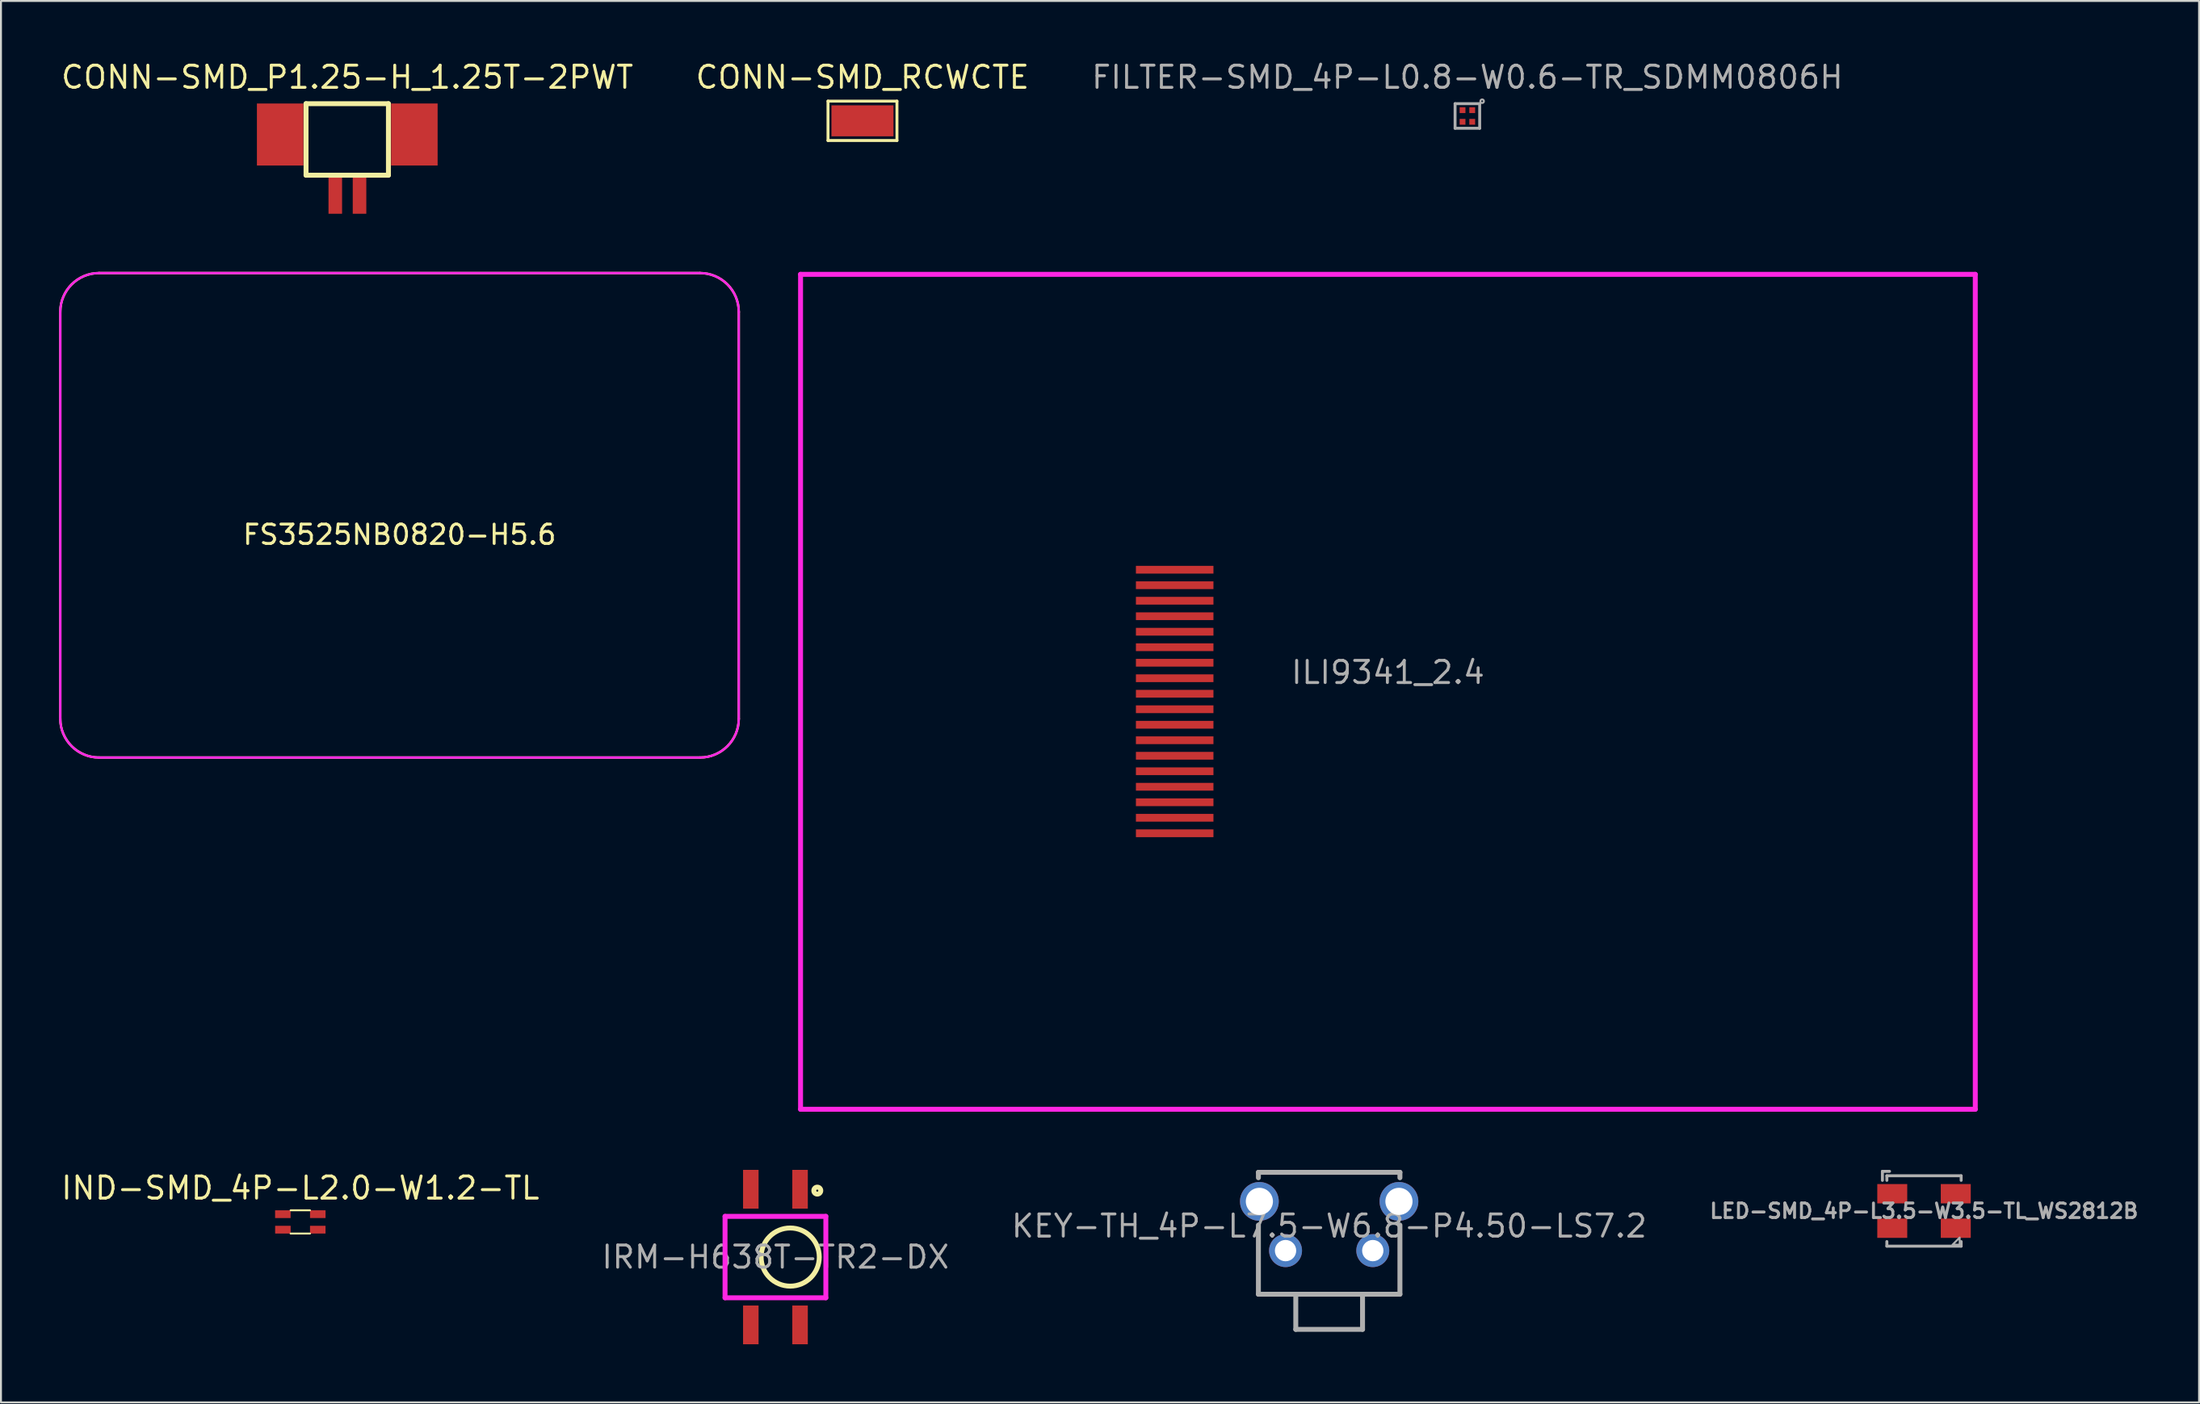
<source format=kicad_pcb>
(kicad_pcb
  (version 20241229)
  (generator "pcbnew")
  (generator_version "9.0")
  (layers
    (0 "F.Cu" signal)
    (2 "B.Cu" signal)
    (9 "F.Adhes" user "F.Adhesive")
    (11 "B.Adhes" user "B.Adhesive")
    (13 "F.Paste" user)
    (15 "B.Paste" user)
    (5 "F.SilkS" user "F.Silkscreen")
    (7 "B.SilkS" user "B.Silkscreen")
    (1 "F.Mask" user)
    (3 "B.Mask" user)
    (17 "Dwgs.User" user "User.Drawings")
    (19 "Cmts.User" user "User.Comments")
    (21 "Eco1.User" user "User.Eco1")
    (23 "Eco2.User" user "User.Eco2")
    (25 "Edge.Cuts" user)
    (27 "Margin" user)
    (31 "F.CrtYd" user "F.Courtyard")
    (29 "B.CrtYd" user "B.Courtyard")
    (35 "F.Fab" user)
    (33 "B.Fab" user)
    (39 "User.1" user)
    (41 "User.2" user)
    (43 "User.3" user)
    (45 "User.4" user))
  (footprint "IND-SMD_4P-L2.0-W1.2-TL"
    (layer "F.Cu")
    (at 12.442 60.004)
    (property "Reference" "IND-SMD_4P-L2.0-W1.2-TL" (at 0 -1.75 0) (layer "F.SilkS") (effects (font (size 1.143 1.143) (thickness 0.152))))
    (attr smd)
    (fp_line (start -0.501 -0.599) (end 0.499 -0.599) (stroke (width 0.1) (type solid)) (layer "F.SilkS"))
    (fp_line (start -0.501 0.601) (end 0.499 0.601) (stroke (width 0.1) (type solid)) (layer "F.SilkS"))
    (pad "1" smd rect (at -0.901 -0.399 90) (size 0.4 0.8) (layers "F.Cu" "F.Mask" "F.Paste"))
    (pad "2" smd rect (at -0.899 0.4 90) (size 0.4 0.8) (layers "F.Cu" "F.Mask" "F.Paste"))
    (pad "3" smd rect (at 0.9 0.4 90) (size 0.4 0.8) (layers "F.Cu" "F.Mask" "F.Paste"))
    (pad "4" smd rect (at 0.901 -0.4 90) (size 0.4 0.8) (layers "F.Cu" "F.Mask" "F.Paste")))
  (footprint "KEY-TH_4P-L7.5-W6.8-P4.50-LS7.2"
    (layer "F.Cu")
    (at 65.515 60.215)
    (property "Reference" "KEY-TH_4P-L7.5-W6.8-P4.50-LS7.2" (at 0 0 0) (layer "F.Fab") (effects (font (size 1.143 1.143) (thickness 0.152))))
    (attr through_hole)
    (fp_line (start -3.65 -2.77) (end -3.65 -2.491) (stroke (width 0.254) (type solid)) (layer "F.Fab"))
    (fp_line (start -3.65 -0.049) (end -3.65 3.52) (stroke (width 0.254) (type solid)) (layer "F.Fab"))
    (fp_line (start -3.65 3.52) (end 3.65 3.52) (stroke (width 0.254) (type solid)) (layer "F.Fab"))
    (fp_line (start -1.722 5.334) (end -1.722 3.52) (stroke (width 0.254) (type solid)) (layer "F.Fab"))
    (fp_line (start -1.722 5.334) (end 1.722 5.334) (stroke (width 0.254) (type solid)) (layer "F.Fab"))
    (fp_line (start 1.722 5.334) (end 1.722 3.52) (stroke (width 0.254) (type solid)) (layer "F.Fab"))
    (fp_line (start 3.65 -2.77) (end -3.65 -2.77) (stroke (width 0.254) (type solid)) (layer "F.Fab"))
    (fp_line (start 3.65 -2.77) (end 3.65 -2.491) (stroke (width 0.254) (type solid)) (layer "F.Fab"))
    (fp_line (start 3.65 -0.049) (end 3.65 3.52) (stroke (width 0.254) (type solid)) (layer "F.Fab"))
    (pad "1" thru_hole circle (at -2.25 1.27) (size 1.7 1.7) (drill 1.1) (layers "*.Cu" "*.Paste" "*.Mask"))
    (pad "2" thru_hole circle (at 2.25 1.27) (size 1.7 1.7) (drill 1.1) (layers "*.Cu" "*.Paste" "*.Mask"))
    (pad "3" thru_hole circle (at 3.6 -1.27) (size 2 2) (drill 1.4) (layers "*.Cu" "*.Paste" "*.Mask"))
    (pad "4" thru_hole circle (at -3.6 -1.27) (size 2 2) (drill 1.4) (layers "*.Cu" "*.Paste" "*.Mask")))
  (footprint "LED-SMD_4P-L3.5-W3.5-TL_WS2812B"
    (layer "F.Cu")
    (at 96.2 59.439)
    (property "Reference" "LED-SMD_4P-L3.5-W3.5-TL_WS2812B" (at 0 0 0) (layer "F.Fab") (effects (font (size 0.75 0.75) (thickness 0.152))))
    (attr smd)
    (fp_line (start -2.145 -2.045) (end -1.777 -2.045) (stroke (width 0.152) (type solid)) (layer "F.Fab"))
    (fp_line (start -2.145 -1.579) (end -2.145 -2.045) (stroke (width 0.152) (type solid)) (layer "F.Fab"))
    (fp_line (start -1.916 -1.816) (end 1.916 -1.816) (stroke (width 0.152) (type solid)) (layer "F.Fab"))
    (fp_line (start -1.916 -1.579) (end -1.916 -1.816) (stroke (width 0.152) (type solid)) (layer "F.Fab"))
    (fp_line (start -1.916 1.579) (end -1.916 1.816) (stroke (width 0.152) (type solid)) (layer "F.Fab"))
    (fp_line (start -1.916 1.816) (end 1.916 1.816) (stroke (width 0.152) (type solid)) (layer "F.Fab"))
    (fp_line (start 1.916 -1.816) (end 1.916 -1.579) (stroke (width 0.152) (type solid)) (layer "F.Fab"))
    (fp_line (start 1.916 1.816) (end 1.916 1.579) (stroke (width 0.152) (type solid)) (layer "F.Fab"))
    (fp_poly (pts (xy 1.84 1.74) (xy 1.472 1.74) (xy 1.84 1.372) (xy 1.84 1.74)) (stroke (width 0.1) (type solid)) (fill no) (layer "F.Fab"))
    (pad "1" smd rect (at -1.638 -0.89) (size 1.545 0.997) (layers "F.Cu" "F.Mask" "F.Paste"))
    (pad "2" smd rect (at -1.638 0.89) (size 1.545 0.997) (layers "F.Cu" "F.Mask" "F.Paste"))
    (pad "3" smd rect (at 1.638 0.89) (size 1.545 0.997) (layers "F.Cu" "F.Mask" "F.Paste"))
    (pad "4" smd rect (at 1.638 -0.89) (size 1.545 0.997) (layers "F.Cu" "F.Mask" "F.Paste")))
  (footprint "ILI9341_2.4"
    (layer "F.Cu")
    (at 68.546 32.649)
    (property "Reference" "ILI9341_2.4" (at 0 -1 0) (layer "F.Fab") (effects (font (size 1.143 1.143) (thickness 0.152))))
    (attr smd)
    (fp_line (start -30.299 -21.542) (end 30.299 -21.542) (stroke (width 0.254) (type solid)) (layer "F.CrtYd"))
    (fp_line (start -30.299 21.542) (end -30.299 -21.542) (stroke (width 0.254) (type solid)) (layer "F.CrtYd"))
    (fp_line (start -30.299 21.542) (end 30.299 21.542) (stroke (width 0.254) (type solid)) (layer "F.CrtYd"))
    (fp_line (start 30.299 21.542) (end 30.299 -21.542) (stroke (width 0.254) (type solid)) (layer "F.CrtYd"))
    (pad "1" smd rect (at -11 -6.3) (size 4 0.4) (layers "F.Cu" "F.Mask" "F.Paste"))
    (pad "2" smd rect (at -11 -5.5) (size 4 0.4) (layers "F.Cu" "F.Mask" "F.Paste"))
    (pad "3" smd rect (at -11 -4.7) (size 4 0.4) (layers "F.Cu" "F.Mask" "F.Paste"))
    (pad "4" smd rect (at -11 -3.9) (size 4 0.4) (layers "F.Cu" "F.Mask" "F.Paste"))
    (pad "5" smd rect (at -11 -3.1) (size 4 0.4) (layers "F.Cu" "F.Mask" "F.Paste"))
    (pad "6" smd rect (at -11 -2.3) (size 4 0.4) (layers "F.Cu" "F.Mask" "F.Paste"))
    (pad "7" smd rect (at -11 -1.5) (size 4 0.4) (layers "F.Cu" "F.Mask" "F.Paste"))
    (pad "8" smd rect (at -11 -0.7) (size 4 0.4) (layers "F.Cu" "F.Mask" "F.Paste"))
    (pad "9" smd rect (at -11 0.1) (size 4 0.4) (layers "F.Cu" "F.Mask" "F.Paste"))
    (pad "10" smd rect (at -11 0.9) (size 4 0.4) (layers "F.Cu" "F.Mask" "F.Paste"))
    (pad "11" smd rect (at -11 1.7) (size 4 0.4) (layers "F.Cu" "F.Mask" "F.Paste"))
    (pad "12" smd rect (at -11 2.5) (size 4 0.4) (layers "F.Cu" "F.Mask" "F.Paste"))
    (pad "13" smd rect (at -11 3.3) (size 4 0.4) (layers "F.Cu" "F.Mask" "F.Paste"))
    (pad "14" smd rect (at -11 4.1) (size 4 0.4) (layers "F.Cu" "F.Mask" "F.Paste"))
    (pad "15" smd rect (at -11 4.9) (size 4 0.4) (layers "F.Cu" "F.Mask" "F.Paste"))
    (pad "16" smd rect (at -11 5.7) (size 4 0.4) (layers "F.Cu" "F.Mask" "F.Paste"))
    (pad "17" smd rect (at -11 6.5) (size 4 0.4) (layers "F.Cu" "F.Mask" "F.Paste"))
    (pad "18" smd rect (at -11 7.3) (size 4 0.4) (layers "F.Cu" "F.Mask" "F.Paste")))
  (footprint "IRM-H638T-TR2-DX"
    (layer "F.Cu")
    (at 36.951 61.818)
    (property "Reference" "IRM-H638T-TR2-DX" (at 0 0 0) (layer "F.Fab") (effects (font (size 1.143 1.143) (thickness 0.152))))
    (attr smd)
    (fp_circle (center 0.762 0) (end 2.262 0) (stroke (width 0.254) (type solid)) (fill no) (layer "F.SilkS"))
    (fp_circle (center 2.159 -3.429) (end 2.339 -3.429) (stroke (width 0.254) (type solid)) (fill no) (layer "F.SilkS"))
    (fp_line (start -2.6 -2.1) (end 2.6 -2.1) (stroke (width 0.254) (type solid)) (layer "F.CrtYd"))
    (fp_line (start -2.6 2.1) (end -2.6 -2.1) (stroke (width 0.254) (type solid)) (layer "F.CrtYd"))
    (fp_line (start 2.6 -2.1) (end 2.6 2.1) (stroke (width 0.254) (type solid)) (layer "F.CrtYd"))
    (fp_line (start 2.6 2.1) (end -2.6 2.1) (stroke (width 0.254) (type solid)) (layer "F.CrtYd"))
    (pad "1" smd rect (at -1.27 -3.5) (size 0.8 2) (layers "F.Cu" "F.Mask" "F.Paste"))
    (pad "1" smd rect (at 1.27 -3.5) (size 0.8 2) (layers "F.Cu" "F.Mask" "F.Paste"))
    (pad "2" smd rect (at -1.27 3.5) (size 0.8 2) (layers "F.Cu" "F.Mask" "F.Paste"))
    (pad "3" smd rect (at 1.27 3.5) (size 0.8 2) (layers "F.Cu" "F.Mask" "F.Paste")))
  (footprint "FILTER-SMD_4P-L0.8-W0.6-TR_SDMM0806H"
    (layer "F.Cu")
    (at 72.645 2.935)
    (property "Reference" "FILTER-SMD_4P-L0.8-W0.6-TR_SDMM0806H" (at 0 -2 0) (layer "F.Fab") (effects (font (size 1.143 1.143) (thickness 0.152))))
    (attr smd)
    (fp_line (start -0.635 -0.635) (end 0.635 -0.635) (stroke (width 0.15) (type solid)) (layer "F.Fab"))
    (fp_line (start -0.635 0.635) (end -0.635 -0.635) (stroke (width 0.15) (type solid)) (layer "F.Fab"))
    (fp_line (start 0.635 -0.635) (end 0.635 0.635) (stroke (width 0.15) (type solid)) (layer "F.Fab"))
    (fp_line (start 0.635 0.635) (end -0.635 0.635) (stroke (width 0.15) (type solid)) (layer "F.Fab"))
    (fp_circle (center 0.762 -0.762) (end 0.804 -0.762) (stroke (width 0.1) (type solid)) (fill no) (layer "F.Fab"))
    (pad "1" smd rect (at 0.25 -0.3) (size 0.3 0.3) (layers "F.Cu" "F.Mask" "F.Paste"))
    (pad "2" smd rect (at 0.25 0.3) (size 0.3 0.3) (layers "F.Cu" "F.Mask" "F.Paste"))
    (pad "3" smd rect (at -0.25 -0.3) (size 0.3 0.3) (layers "F.Cu" "F.Mask" "F.Paste"))
    (pad "4" smd rect (at -0.25 0.3) (size 0.3 0.3) (layers "F.Cu" "F.Mask" "F.Paste")))
  (footprint "CONN-SMD_P1.25-H_1.25T-2PWT"
    (layer "F.Cu")
    (at 14.864 3.935)
    (property "Reference" "CONN-SMD_P1.25-H_1.25T-2PWT" (at 0 -3 0) (layer "F.SilkS") (effects (font (size 1.143 1.143) (thickness 0.152))))
    (attr smd)
    (fp_line (start -2.127 -1.635) (end -2.127 2.056) (stroke (width 0.254) (type solid)) (layer "F.SilkS"))
    (fp_line (start -2.127 -1.635) (end 2.123 -1.635) (stroke (width 0.254) (type solid)) (layer "F.SilkS"))
    (fp_line (start -2.127 2.056) (end 2.123 2.056) (stroke (width 0.254) (type solid)) (layer "F.SilkS"))
    (fp_line (start 2.123 -1.635) (end 2.123 2.056) (stroke (width 0.254) (type solid)) (layer "F.SilkS"))
    (pad "1" smd rect (at -0.618 3.045) (size 0.7 2) (layers "F.Cu" "F.Mask" "F.Paste"))
    (pad "2" smd rect (at 0.632 3.045) (size 0.7 2) (layers "F.Cu" "F.Mask" "F.Paste"))
    (pad "3" smd rect (at 3.461 -0.045) (size 2.4 3.2) (layers "F.Cu" "F.Mask" "F.Paste"))
    (pad "4" smd rect (at -3.461 -0.044) (size 2.4 3.2) (layers "F.Cu" "F.Mask" "F.Paste")))
  (footprint "CONN-SMD_RCWCTE"
    (layer "F.Cu")
    (at 41.441 3.185)
    (property "Reference" "CONN-SMD_RCWCTE" (at 0 -2.25 0) (layer "F.SilkS") (effects (font (size 1.143 1.143) (thickness 0.152))))
    (attr smd)
    (fp_line (start -1.778 -1.016) (end 1.778 -1.016) (stroke (width 0.152) (type solid)) (layer "F.SilkS"))
    (fp_line (start -1.778 1.016) (end -1.778 -1.016) (stroke (width 0.152) (type solid)) (layer "F.SilkS"))
    (fp_line (start 1.778 -1.016) (end 1.778 1.016) (stroke (width 0.152) (type solid)) (layer "F.SilkS"))
    (fp_line (start 1.778 1.016) (end -1.778 1.016) (stroke (width 0.152) (type solid)) (layer "F.SilkS"))
    (pad "1" smd rect (at 0 0) (size 3.2 1.6) (layers "F.Cu" "F.Mask" "F.Paste")))
  (footprint "FS3525NB0820-H5.6"
    (layer "F.Cu")
    (at 17.56 23.54)
    (property "Reference" "FS3525NB0820-H5.6" (at 0 1 0) (layer "F.SilkS") (effects (font (size 1 1) (thickness 0.15))))
    (attr through_hole)
    (fp_line (start -17.5 -10.5) (end -17.5 10.5) (stroke (width 0.12) (type solid)) (layer "F.SilkS"))
    (fp_line (start -15.5 12.5) (end 15.5 12.5) (stroke (width 0.12) (type solid)) (layer "F.SilkS"))
    (fp_line (start 15.5 -12.5) (end -15.5 -12.5) (stroke (width 0.12) (type solid)) (layer "F.SilkS"))
    (fp_line (start 17.5 10.5) (end 17.5 -10.5) (stroke (width 0.12) (type solid)) (layer "F.SilkS"))
    (fp_arc (start -17.5 -10.5) (mid -16.914214 -11.914214) (end -15.5 -12.5) (stroke (width 0.12) (type solid)) (layer "F.SilkS"))
    (fp_arc (start -15.5 12.5) (mid -16.914214 11.914214) (end -17.5 10.5) (stroke (width 0.12) (type solid)) (layer "F.SilkS"))
    (fp_arc (start 15.5 -12.5) (mid 16.914214 -11.914214) (end 17.5 -10.5) (stroke (width 0.12) (type solid)) (layer "F.SilkS"))
    (fp_arc (start 17.5 10.5) (mid 16.914214 11.914214) (end 15.5 12.5) (stroke (width 0.12) (type solid)) (layer "F.SilkS"))
    (fp_line (start -17.5 -10.5) (end -17.5 10.5) (stroke (width 0.12) (type solid)) (layer "F.CrtYd"))
    (fp_line (start -15.5 12.5) (end 15.5 12.5) (stroke (width 0.12) (type solid)) (layer "F.CrtYd"))
    (fp_line (start 15.5 -12.5) (end -15.5 -12.5) (stroke (width 0.12) (type solid)) (layer "F.CrtYd"))
    (fp_line (start 17.5 10.5) (end 17.5 -10.5) (stroke (width 0.12) (type solid)) (layer "F.CrtYd"))
    (fp_arc (start -17.5 -10.5) (mid -16.914214 -11.914214) (end -15.5 -12.5) (stroke (width 0.12) (type solid)) (layer "F.CrtYd"))
    (fp_arc (start -15.5 12.5) (mid -16.914214 11.914214) (end -17.5 10.5) (stroke (width 0.12) (type solid)) (layer "F.CrtYd"))
    (fp_arc (start 15.5 -12.5) (mid 16.914214 -11.914214) (end 17.5 -10.5) (stroke (width 0.12) (type solid)) (layer "F.CrtYd"))
    (fp_arc (start 17.5 10.5) (mid 16.914214 11.914214) (end 15.5 12.5) (stroke (width 0.12) (type solid)) (layer "F.CrtYd")))
  (gr_rect
    (start -3 -3)
    (end 110.389 69.318)
    (stroke (width 0.1) (type default))
    (fill no)
    (layer "Edge.Cuts")))
</source>
